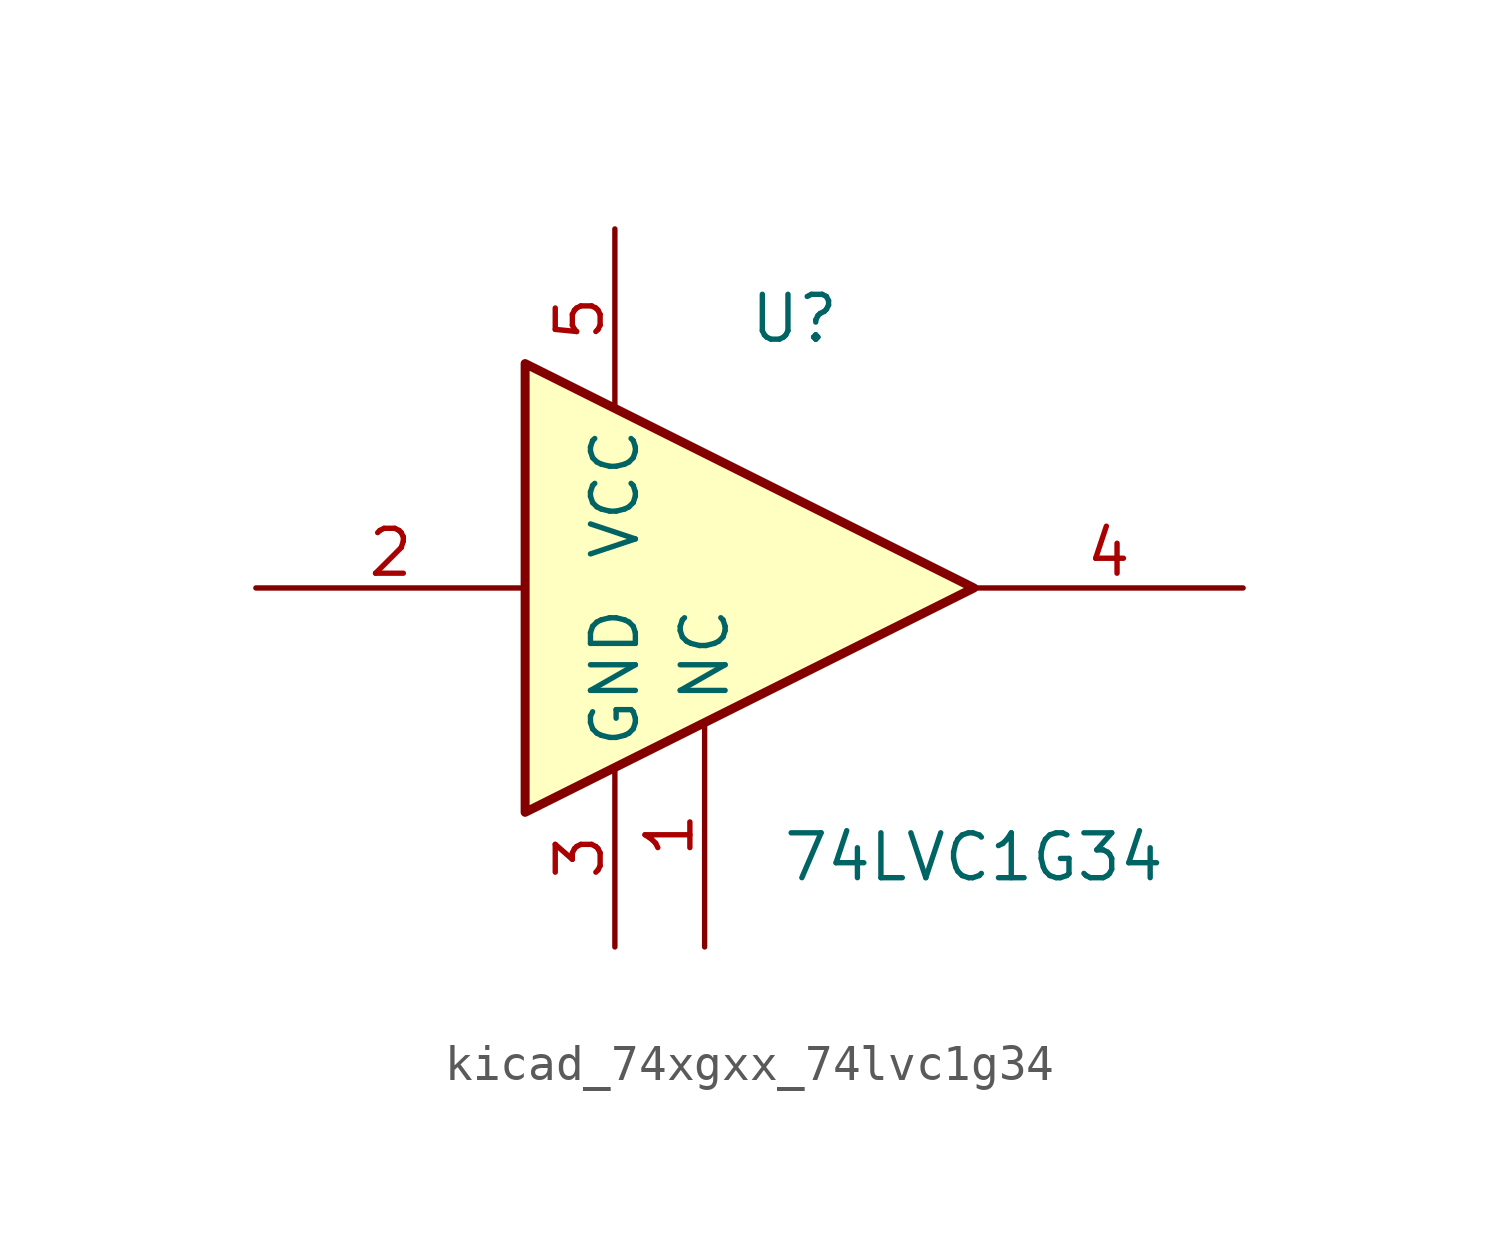
<source format=kicad_sym>
(kicad_symbol_lib
  (version 20220914)
  (generator kicad_symbol_editor)
  (symbol "kicad_74xgxx_74lvc1g34"
    (property "Reference" "U"
      (at 0 7.62 0)
      (effects (font (size 1.27 1.27))))
    (property "Value" "74LVC1G34"
      (at 5.08 -7.62 0)
      (effects (font (size 1.27 1.27))))
    (symbol "kicad_74xgxx_74lvc1g34_0_1"
      (polyline (pts (xy -7.62 6.35) (xy -7.62 -6.35) (xy 5.08 0) (xy -7.62 6.35)) (stroke (width 0.254) (type default)) (fill (type background))))
    (symbol "kicad_74xgxx_74lvc1g34_1_1"
      (pin free line (at -2.54 -10.16 90) (length 6.35) (name "NC" (effects (font (size 1.27 1.27)))) (number "1" (effects (font (size 1.27 1.27)))))
      (pin input line (at -15.24 0 0) (length 7.62) (name "~" (effects (font (size 1.27 1.27)))) (number "2" (effects (font (size 1.27 1.27)))))
      (pin power_in line (at -5.08 -10.16 90) (length 5.08) (name "GND" (effects (font (size 1.27 1.27)))) (number "3" (effects (font (size 1.27 1.27)))))
      (pin output line (at 12.7 0 180) (length 7.62) (name "~" (effects (font (size 1.27 1.27)))) (number "4" (effects (font (size 1.27 1.27)))))
      (pin power_in line (at -5.08 10.16 270) (length 5.08) (name "VCC" (effects (font (size 1.27 1.27)))) (number "5" (effects (font (size 1.27 1.27))))))))
</source>
